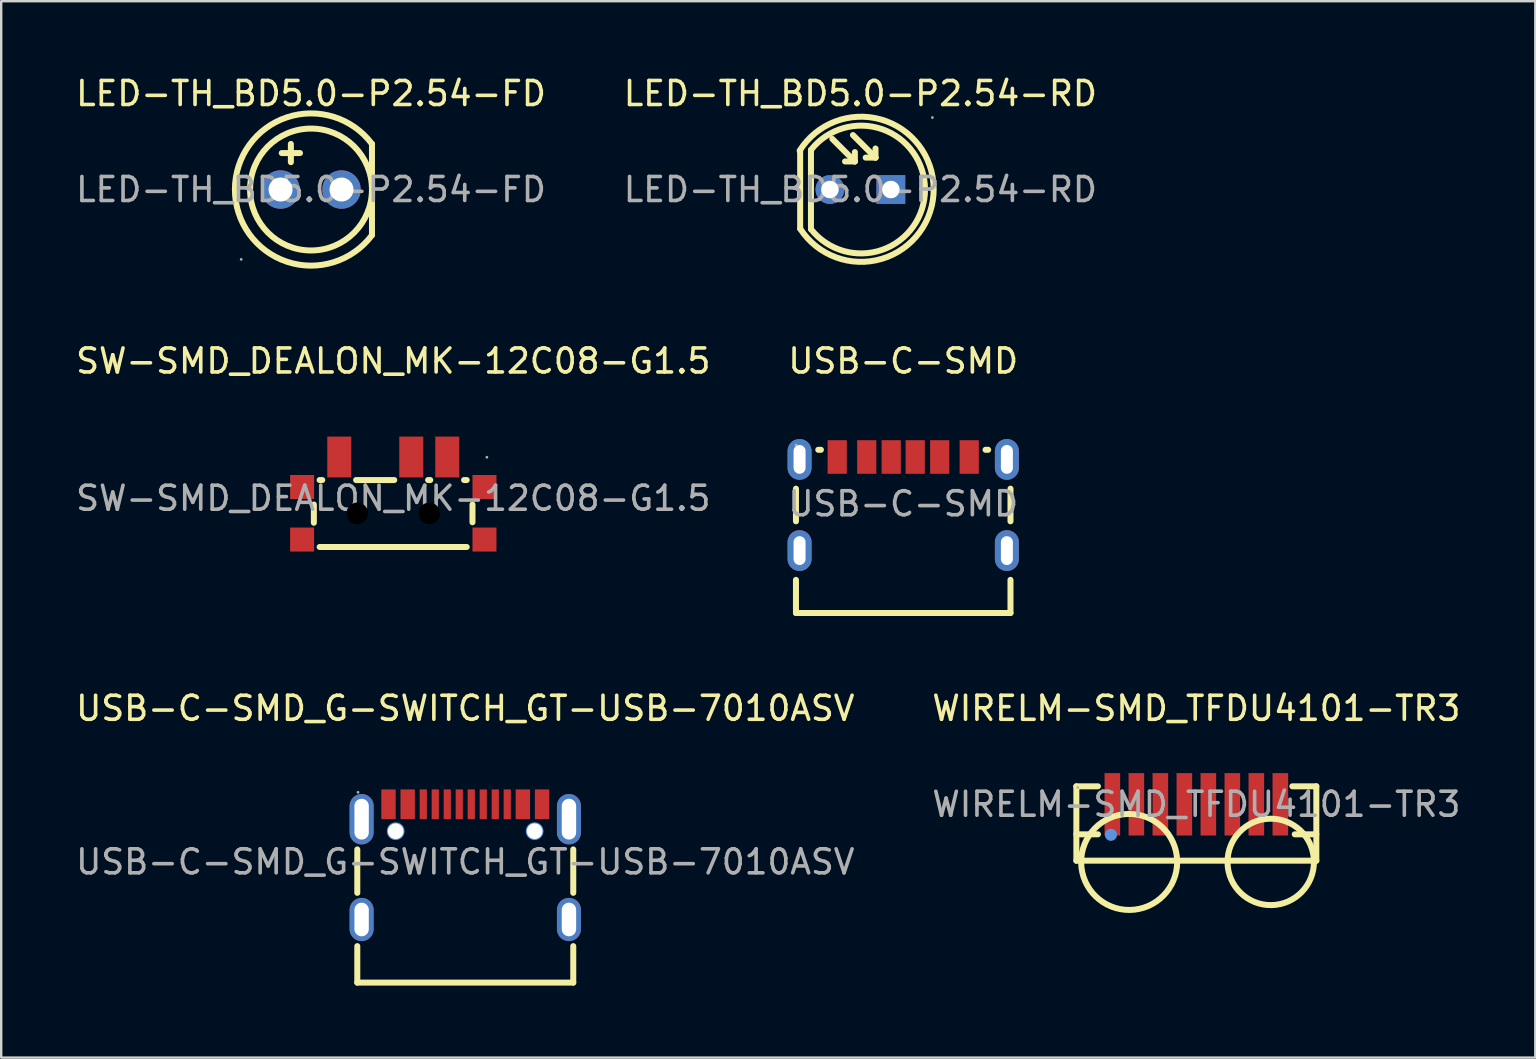
<source format=kicad_pcb>
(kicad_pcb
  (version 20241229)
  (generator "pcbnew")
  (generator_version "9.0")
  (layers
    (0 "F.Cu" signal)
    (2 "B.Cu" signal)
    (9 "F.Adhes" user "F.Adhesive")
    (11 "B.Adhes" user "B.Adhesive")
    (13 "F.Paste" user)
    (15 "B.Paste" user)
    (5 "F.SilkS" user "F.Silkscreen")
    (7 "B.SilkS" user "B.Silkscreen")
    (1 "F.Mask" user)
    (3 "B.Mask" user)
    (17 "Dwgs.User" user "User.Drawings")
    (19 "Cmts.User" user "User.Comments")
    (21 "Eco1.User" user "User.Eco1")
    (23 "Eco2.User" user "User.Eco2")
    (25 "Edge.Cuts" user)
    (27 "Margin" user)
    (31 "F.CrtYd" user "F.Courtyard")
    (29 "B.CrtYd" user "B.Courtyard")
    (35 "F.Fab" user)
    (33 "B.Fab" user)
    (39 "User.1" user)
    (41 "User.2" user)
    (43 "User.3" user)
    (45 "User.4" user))
  (footprint "WIRELM-SMD_TFDU4101-TR3"
    (layer "F.Cu")
    (at 46.804 30.467)
    (property "Reference" "WIRELM-SMD_TFDU4101-TR3" (at 0 -4 0) (layer "F.SilkS") (effects (font (size 1 1) (thickness 0.15))))
    (attr smd)
    (fp_line (start -5 -0.75) (end -4.1 -0.75) (stroke (width 0.25) (type solid)) (layer "F.SilkS"))
    (fp_line (start -5 1.25) (end -4.1 1.25) (stroke (width 0.25) (type solid)) (layer "F.SilkS"))
    (fp_line (start -5 2.35) (end -5 -0.75) (stroke (width 0.25) (type solid)) (layer "F.SilkS"))
    (fp_line (start 4 -0.75) (end 5 -0.75) (stroke (width 0.25) (type solid)) (layer "F.SilkS"))
    (fp_line (start 5 -0.75) (end 5 2.35) (stroke (width 0.25) (type solid)) (layer "F.SilkS"))
    (fp_line (start 5 1.25) (end 4.1 1.25) (stroke (width 0.25) (type solid)) (layer "F.SilkS"))
    (fp_line (start 5 2.35) (end -5 2.35) (stroke (width 0.25) (type solid)) (layer "F.SilkS"))
    (fp_arc (start -0.799432 2.384912) (mid -4.80036 2.432545) (end -0.8 2.35) (stroke (width 0.25) (type solid)) (layer "F.SilkS"))
    (fp_arc (start 4.900598 2.381422) (mid 1.299633 2.43429) (end 4.9 2.35) (stroke (width 0.25) (type solid)) (layer "F.SilkS"))
    (fp_circle (center -3.56 1.27) (end -3.43 1.27) (stroke (width 0.25) (type solid)) (fill no) (layer "Cmts.User"))
    (fp_circle (center -4.94 -0.7) (end -4.91 -0.7) (stroke (width 0.06) (type solid)) (fill no) (layer "F.Fab"))
    (fp_text user "${REFERENCE}" (at 0 0 0) (layer "F.Fab") (effects (font (size 1 1) (thickness 0.15))))
    (pad "1" smd rect (at -3.5 0) (size 0.65 2.6) (layers "F.Cu" "F.Mask" "F.Paste"))
    (pad "2" smd rect (at -2.5 0) (size 0.65 2.6) (layers "F.Cu" "F.Mask" "F.Paste"))
    (pad "3" smd rect (at -1.5 0) (size 0.65 2.6) (layers "F.Cu" "F.Mask" "F.Paste"))
    (pad "4" smd rect (at -0.5 0) (size 0.65 2.6) (layers "F.Cu" "F.Mask" "F.Paste"))
    (pad "5" smd rect (at 0.5 0) (size 0.65 2.6) (layers "F.Cu" "F.Mask" "F.Paste"))
    (pad "6" smd rect (at 1.5 0) (size 0.65 2.6) (layers "F.Cu" "F.Mask" "F.Paste"))
    (pad "7" smd rect (at 2.5 0) (size 0.65 2.6) (layers "F.Cu" "F.Mask" "F.Paste"))
    (pad "8" smd rect (at 3.5 0) (size 0.65 2.6) (layers "F.Cu" "F.Mask" "F.Paste")))
  (footprint "LED-TH_BD5.0-P2.54-RD"
    (layer "F.Cu")
    (at 32.804 4.848)
    (property "Reference" "LED-TH_BD5.0-P2.54-RD" (at 0 -4 0) (layer "F.SilkS") (effects (font (size 1 1) (thickness 0.15))))
    (attr through_hole)
    (fp_line (start -2.51 1.63) (end -2.51 -1.62) (stroke (width 0.25) (type solid)) (layer "F.SilkS"))
    (fp_line (start -2.06 -1.65) (end -2.06 1.65) (stroke (width 0.25) (type solid)) (layer "F.SilkS"))
    (fp_line (start -1.17 -2.11) (end -0.23 -1.17) (stroke (width 0.25) (type solid)) (layer "F.SilkS"))
    (fp_line (start -0.31 -2.27) (end 0.63 -1.33) (stroke (width 0.25) (type solid)) (layer "F.SilkS"))
    (fp_line (start -0.23 -1.17) (end -0.64 -1.17) (stroke (width 0.25) (type solid)) (layer "F.SilkS"))
    (fp_line (start -0.23 -1.17) (end -0.23 -1.56) (stroke (width 0.25) (type solid)) (layer "F.SilkS"))
    (fp_line (start 0.63 -1.33) (end 0.22 -1.33) (stroke (width 0.25) (type solid)) (layer "F.SilkS"))
    (fp_line (start 0.63 -1.33) (end 0.63 -1.71) (stroke (width 0.25) (type solid)) (layer "F.SilkS"))
    (fp_arc (start -2.53 -1.62) (mid 3.054116 -0.03053) (end -2.507906 1.634608) (stroke (width 0.25) (type solid)) (layer "F.SilkS"))
    (fp_arc (start -2.06 -1.65) (mid 2.692817 -0.002316) (end -2.057126 1.653633) (stroke (width 0.25) (type solid)) (layer "F.SilkS"))
    (fp_circle (center -1.27 0) (end -1.15 0) (stroke (width 0.25) (type solid)) (fill no) (layer "F.Fab"))
    (fp_circle (center 1.27 0) (end 1.39 0) (stroke (width 0.25) (type solid)) (fill no) (layer "F.Fab"))
    (fp_circle (center 3 -3) (end 3.03 -3) (stroke (width 0.06) (type solid)) (fill no) (layer "F.Fab"))
    (fp_text user "${REFERENCE}" (at 0 0 0) (layer "F.Fab") (effects (font (size 1 1) (thickness 0.15))))
    (pad "1" thru_hole rect (at 1.27 0) (size 1.2 1.2) (drill 0.72) (layers "*.Cu" "*.Mask"))
    (pad "2" thru_hole circle (at -1.27 0) (size 1.2 1.2) (drill 0.72) (layers "*.Cu" "*.Mask")))
  (footprint "LED-TH_BD5.0-P2.54-FD"
    (layer "F.Cu")
    (at 9.911 4.848)
    (property "Reference" "LED-TH_BD5.0-P2.54-FD" (at 0 -4 0) (layer "F.SilkS") (effects (font (size 1 1) (thickness 0.15))))
    (attr through_hole)
    (fp_line (start -1.22 -1.52) (end -0.46 -1.52) (stroke (width 0.25) (type solid)) (layer "F.SilkS"))
    (fp_line (start -0.84 -1.14) (end -0.84 -1.9) (stroke (width 0.25) (type solid)) (layer "F.SilkS"))
    (fp_line (start 2.54 1.9) (end 2.54 -1.9) (stroke (width 0.25) (type solid)) (layer "F.SilkS"))
    (fp_arc (start 2.538185 1.902424) (mid -3.172002 -0.001514) (end 2.54 -1.9) (stroke (width 0.25) (type solid)) (layer "F.SilkS"))
    (fp_circle (center 0 0) (end 2.54 0) (stroke (width 0.25) (type solid)) (fill no) (layer "F.SilkS"))
    (fp_circle (center -2.91 2.91) (end -2.88 2.91) (stroke (width 0.06) (type solid)) (fill no) (layer "F.Fab"))
    (fp_circle (center -1.27 0) (end -1.15 0) (stroke (width 0.25) (type solid)) (fill no) (layer "F.Fab"))
    (fp_circle (center 1.27 0) (end 1.39 0) (stroke (width 0.25) (type solid)) (fill no) (layer "F.Fab"))
    (fp_text user "${REFERENCE}" (at 0 0 0) (layer "F.Fab") (effects (font (size 1 1) (thickness 0.15))))
    (pad "1" thru_hole circle (at -1.27 0) (size 1.6 1.6) (drill 1) (layers "*.Cu" "*.Mask"))
    (pad "2" thru_hole circle (at 1.27 0) (size 1.6 1.6) (drill 1) (layers "*.Cu" "*.Mask")))
  (footprint "USB-C-SMD_G-SWITCH_GT-USB-7010ASV"
    (layer "F.Cu")
    (at 16.339 32.867)
    (property "Reference" "USB-C-SMD_G-SWITCH_GT-USB-7010ASV" (at 0 -6.4 0) (layer "F.SilkS") (effects (font (size 1 1) (thickness 0.15))))
    (attr smd)
    (fp_line (start -4.5 1.29) (end -4.5 -0.52) (stroke (width 0.25) (type solid)) (layer "F.SilkS"))
    (fp_line (start -4.5 5.03) (end -4.5 3.51) (stroke (width 0.25) (type solid)) (layer "F.SilkS"))
    (fp_line (start 4.5 1.29) (end 4.5 -0.52) (stroke (width 0.25) (type solid)) (layer "F.SilkS"))
    (fp_line (start 4.5 5.03) (end -4.5 5.03) (stroke (width 0.25) (type solid)) (layer "F.SilkS"))
    (fp_line (start 4.5 5.03) (end 4.5 3.51) (stroke (width 0.25) (type solid)) (layer "F.SilkS"))
    (fp_circle (center -2.9 -1.28) (end -2.78 -1.28) (stroke (width 0.25) (type solid)) (fill no) (layer "Cmts.User"))
    (fp_circle (center 2.89 -1.28) (end 3.01 -1.28) (stroke (width 0.25) (type solid)) (fill no) (layer "Cmts.User"))
    (fp_circle (center -4.47 -2.9) (end -4.44 -2.9) (stroke (width 0.06) (type solid)) (fill no) (layer "F.Fab"))
    (fp_text user "${REFERENCE}" (at 0 0 0) (layer "F.Fab") (effects (font (size 1 1) (thickness 0.15))))
    (pad "" thru_hole circle (at -2.9 -1.28) (size 0.65 0.65) (drill 0.65) (layers "*.Cu" "*.Mask"))
    (pad "" thru_hole circle (at 2.89 -1.28) (size 0.65 0.65) (drill 0.65) (layers "*.Cu" "*.Mask"))
    (pad "1" thru_hole oval (at -4.32 -1.78) (size 1 2.1) (drill oval 0.6 1.7) (layers "*.Cu" "*.Mask"))
    (pad "2" thru_hole oval (at 4.32 -1.78) (size 1 2.1) (drill oval 0.6 1.7) (layers "*.Cu" "*.Mask"))
    (pad "3" thru_hole oval (at 4.32 2.4) (size 1 1.8) (drill oval 0.6 1.4) (layers "*.Cu" "*.Mask"))
    (pad "4" thru_hole oval (at -4.32 2.4) (size 1 1.8) (drill oval 0.6 1.4) (layers "*.Cu" "*.Mask"))
    (pad "A1B12" smd rect (at -3.2 -2.4) (size 0.6 1.24) (layers "F.Cu" "F.Mask" "F.Paste"))
    (pad "A4B9" smd rect (at -2.4 -2.4) (size 0.6 1.24) (layers "F.Cu" "F.Mask" "F.Paste"))
    (pad "A5" smd rect (at -1.25 -2.4) (size 0.3 1.24) (layers "F.Cu" "F.Mask" "F.Paste"))
    (pad "A6" smd rect (at -0.25 -2.4) (size 0.3 1.24) (layers "F.Cu" "F.Mask" "F.Paste"))
    (pad "A7" smd rect (at 0.25 -2.4) (size 0.3 1.24) (layers "F.Cu" "F.Mask" "F.Paste"))
    (pad "A8" smd rect (at 1.25 -2.4) (size 0.3 1.24) (layers "F.Cu" "F.Mask" "F.Paste"))
    (pad "B1A12" smd rect (at 3.2 -2.4) (size 0.6 1.24) (layers "F.Cu" "F.Mask" "F.Paste"))
    (pad "B4A9" smd rect (at 2.4 -2.4) (size 0.6 1.24) (layers "F.Cu" "F.Mask" "F.Paste"))
    (pad "B5" smd rect (at 1.75 -2.4) (size 0.3 1.24) (layers "F.Cu" "F.Mask" "F.Paste"))
    (pad "B6" smd rect (at 0.75 -2.4) (size 0.3 1.24) (layers "F.Cu" "F.Mask" "F.Paste"))
    (pad "B7" smd rect (at -0.75 -2.4) (size 0.3 1.24) (layers "F.Cu" "F.Mask" "F.Paste"))
    (pad "B8" smd rect (at -1.75 -2.4) (size 0.3 1.24) (layers "F.Cu" "F.Mask" "F.Paste")))
  (footprint "SW-SMD_DEALON_MK-12C08-G1.5"
    (layer "F.Cu")
    (at 13.339 17.714)
    (property "Reference" "SW-SMD_DEALON_MK-12C08-G1.5" (at 0 -5.72 0) (layer "F.SilkS") (effects (font (size 1 1) (thickness 0.15))))
    (attr smd)
    (fp_line (start -3.31 0.26) (end -3.31 1.02) (stroke (width 0.25) (type solid)) (layer "F.SilkS"))
    (fp_line (start -3.07 -0.76) (end -2.96 -0.76) (stroke (width 0.25) (type solid)) (layer "F.SilkS"))
    (fp_line (start -3.07 2.03) (end 3.06 2.03) (stroke (width 0.25) (type solid)) (layer "F.SilkS"))
    (fp_line (start -1.55 -0.76) (end 0.04 -0.76) (stroke (width 0.25) (type solid)) (layer "F.SilkS"))
    (fp_line (start 1.45 -0.76) (end 1.54 -0.76) (stroke (width 0.25) (type solid)) (layer "F.SilkS"))
    (fp_line (start 2.95 -0.76) (end 3.06 -0.76) (stroke (width 0.25) (type solid)) (layer "F.SilkS"))
    (fp_line (start 3.3 0.26) (end 3.3 1) (stroke (width 0.25) (type solid)) (layer "F.SilkS"))
    (fp_circle (center 3.9 -1.71) (end 3.93 -1.71) (stroke (width 0.06) (type solid)) (fill no) (layer "F.Fab"))
    (fp_text user "${REFERENCE}" (at 0 0 0) (layer "F.Fab") (effects (font (size 1 1) (thickness 0.15))))
    (pad "" np_thru_hole circle (at -1.5 0.63) (size 1.5 1.5) (drill 0.9) (layers "*.Mask"))
    (pad "" np_thru_hole circle (at 1.5 0.63) (size 1.5 1.5) (drill 0.9) (layers "*.Mask"))
    (pad "1" smd rect (at 2.25 -1.72) (size 1 1.7) (layers "F.Cu" "F.Mask" "F.Paste"))
    (pad "2" smd rect (at 0.75 -1.72) (size 1 1.7) (layers "F.Cu" "F.Mask" "F.Paste"))
    (pad "3" smd rect (at -2.25 -1.72) (size 1 1.7) (layers "F.Cu" "F.Mask" "F.Paste"))
    (pad "4" smd rect (at -3.8 -0.47 90) (size 1 1) (layers "F.Cu" "F.Mask" "F.Paste"))
    (pad "4" smd rect (at -3.8 1.72 90) (size 1 1) (layers "F.Cu" "F.Mask" "F.Paste"))
    (pad "4" smd rect (at 3.8 -0.47 270) (size 1 1) (layers "F.Cu" "F.Mask" "F.Paste"))
    (pad "4" smd rect (at 3.8 1.72 270) (size 1 1) (layers "F.Cu" "F.Mask" "F.Paste")))
  (footprint "USB-C-SMD"
    (layer "F.Cu")
    (at 34.589 17.944)
    (property "Reference" "USB-C-SMD" (at 0 -5.95 0) (layer "F.SilkS") (effects (font (size 1 1) (thickness 0.15))))
    (attr smd)
    (fp_line (start -4.47 0.73) (end -4.47 -0.63) (stroke (width 0.25) (type solid)) (layer "F.SilkS"))
    (fp_line (start -4.47 4.55) (end -4.47 3.17) (stroke (width 0.25) (type solid)) (layer "F.SilkS"))
    (fp_line (start -3.54 -2.25) (end -3.43 -2.25) (stroke (width 0.25) (type solid)) (layer "F.SilkS"))
    (fp_line (start 3.43 -2.25) (end 3.54 -2.25) (stroke (width 0.25) (type solid)) (layer "F.SilkS"))
    (fp_line (start 4.47 0.73) (end 4.47 -0.63) (stroke (width 0.25) (type solid)) (layer "F.SilkS"))
    (fp_line (start 4.47 4.55) (end -4.47 4.55) (stroke (width 0.25) (type solid)) (layer "F.SilkS"))
    (fp_line (start 4.47 4.55) (end 4.47 3.17) (stroke (width 0.25) (type solid)) (layer "F.SilkS"))
    (fp_circle (center -4.47 -2.45) (end -4.44 -2.45) (stroke (width 0.06) (type solid)) (fill no) (layer "F.Fab"))
    (fp_text user "${REFERENCE}" (at 0 0 0) (layer "F.Fab") (effects (font (size 1 1) (thickness 0.15))))
    (pad "A5" smd rect (at -0.5 -1.95) (size 0.8 1.4) (layers "F.Cu" "F.Mask" "F.Paste"))
    (pad "A9" smd rect (at 1.52 -1.95) (size 0.8 1.4) (layers "F.Cu" "F.Mask" "F.Paste"))
    (pad "A12" smd rect (at 2.75 -1.95) (size 0.8 1.4) (layers "F.Cu" "F.Mask" "F.Paste"))
    (pad "B5" smd rect (at 0.5 -1.95) (size 0.8 1.4) (layers "F.Cu" "F.Mask" "F.Paste"))
    (pad "B9" smd rect (at -1.52 -1.95) (size 0.8 1.4) (layers "F.Cu" "F.Mask" "F.Paste"))
    (pad "B12" smd rect (at -2.75 -1.95) (size 0.8 1.4) (layers "F.Cu" "F.Mask" "F.Paste"))
    (pad "S1" thru_hole oval (at -4.32 -1.85) (size 1 1.7) (drill oval 0.5 1.2) (layers "*.Cu" "*.Mask"))
    (pad "S1" thru_hole oval (at -4.32 1.95) (size 1 1.7) (drill oval 0.5 1.2) (layers "*.Cu" "*.Mask"))
    (pad "S1" thru_hole oval (at 4.32 -1.85) (size 1 1.7) (drill oval 0.5 1.2) (layers "*.Cu" "*.Mask"))
    (pad "S1" thru_hole oval (at 4.32 1.95) (size 1 1.7) (drill oval 0.5 1.2) (layers "*.Cu" "*.Mask")))
  (gr_rect
    (start -3 -3)
    (end 60.929 41.022)
    (stroke (width 0.1) (type default))
    (fill no)
    (layer "Edge.Cuts")))
</source>
